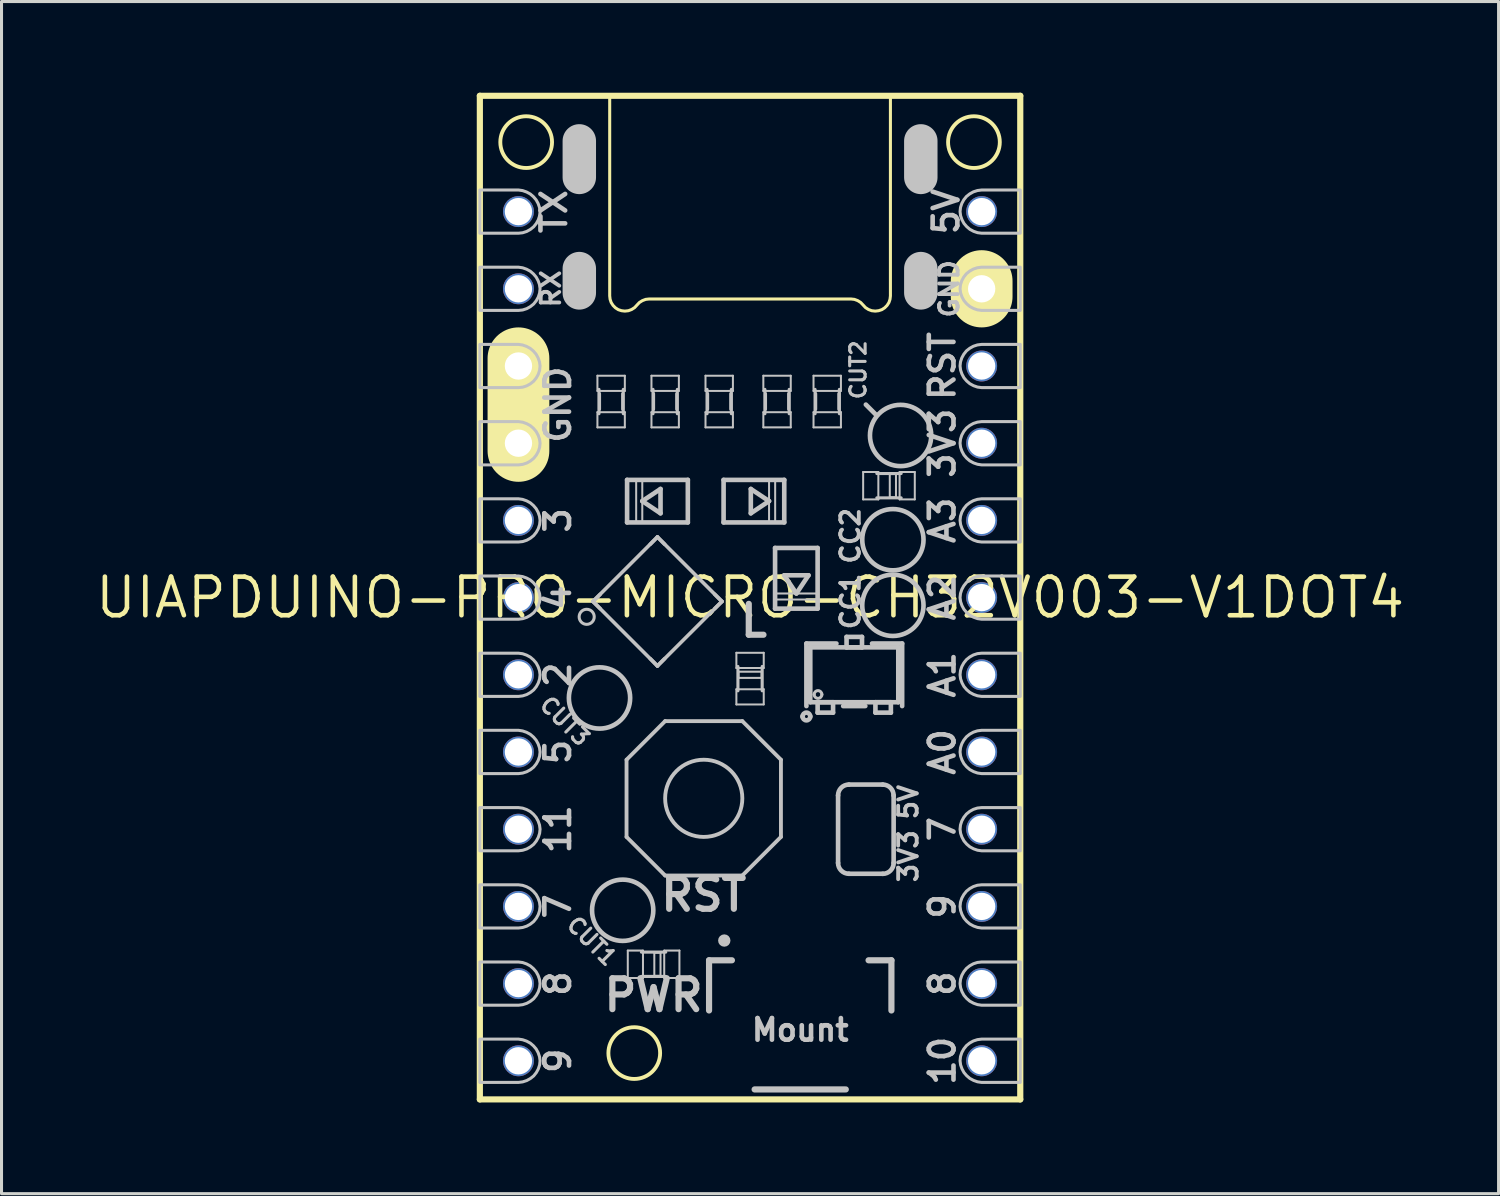
<source format=kicad_pcb>
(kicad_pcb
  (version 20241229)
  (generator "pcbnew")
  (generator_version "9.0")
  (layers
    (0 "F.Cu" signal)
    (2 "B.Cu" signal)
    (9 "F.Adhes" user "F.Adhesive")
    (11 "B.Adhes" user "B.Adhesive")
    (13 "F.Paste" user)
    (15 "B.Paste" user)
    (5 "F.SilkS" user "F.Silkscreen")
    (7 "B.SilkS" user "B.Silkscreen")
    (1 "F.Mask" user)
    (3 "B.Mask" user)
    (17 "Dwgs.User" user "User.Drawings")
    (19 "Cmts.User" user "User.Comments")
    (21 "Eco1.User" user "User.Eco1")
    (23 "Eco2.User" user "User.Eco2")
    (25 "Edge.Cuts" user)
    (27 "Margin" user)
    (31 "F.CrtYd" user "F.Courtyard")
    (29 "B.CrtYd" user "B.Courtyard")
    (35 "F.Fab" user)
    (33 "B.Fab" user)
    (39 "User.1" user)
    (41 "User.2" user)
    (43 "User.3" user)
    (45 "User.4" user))
  (footprint "UIAPDUINO-PRO-MICRO-CH32V003-V1DOT4"
    (layer "F.Cu")
    (at 21.628 16.612)
    (property "Reference" "UIAPDUINO-PRO-MICRO-CH32V003-V1DOT4" (at 0 0 0) (layer "F.SilkS") (effects (font (size 1.27 1.27) (thickness 0.15))))
    (attr exclude_from_pos_files exclude_from_bom)
    (fp_line (start -8.89 -16.51) (end -8.89 16.51) (stroke (width 0.203) (type solid)) (layer "F.SilkS"))
    (fp_line (start -8.89 16.51) (end 8.89 16.51) (stroke (width 0.203) (type solid)) (layer "F.SilkS"))
    (fp_line (start -7.62 -7.874) (end -7.62 -4.826) (stroke (width 2.032) (type solid)) (layer "F.SilkS"))
    (fp_line (start 7.62 -10.414) (end 7.62 -9.906) (stroke (width 2.032) (type solid)) (layer "F.SilkS"))
    (fp_line (start 8.89 -16.51) (end -8.89 -16.51) (stroke (width 0.203) (type solid)) (layer "F.SilkS"))
    (fp_line (start 8.89 16.51) (end 8.89 -16.51) (stroke (width 0.203) (type solid)) (layer "F.SilkS"))
    (fp_circle (center -7.366 -14.986) (end -7.366 -15.837) (stroke (width 0.127) (type solid)) (fill no) (layer "F.SilkS"))
    (fp_circle (center -3.81 14.986) (end -3.81 14.135) (stroke (width 0.127) (type solid)) (fill no) (layer "F.SilkS"))
    (fp_circle (center 7.366 -14.986) (end 7.366 -15.837) (stroke (width 0.127) (type solid)) (fill no) (layer "F.SilkS"))
    (fp_poly (pts (xy 4.618 -16.525) (xy 4.618 -9.926) (xy 4.605 -9.815) (xy 4.569 -9.708) (xy 4.508 -9.614) (xy 4.43 -9.535) (xy 4.336 -9.474) (xy 4.229 -9.439) (xy 4.12 -9.426) (xy 4.003 -9.439) (xy 3.896 -9.479) (xy 3.797 -9.543) (xy 3.719 -9.627) (xy 3.64 -9.71) (xy 3.543 -9.771) (xy 3.434 -9.812) (xy 3.32 -9.825) (xy -3.32 -9.825) (xy -3.434 -9.812) (xy -3.543 -9.771) (xy -3.64 -9.71) (xy -3.719 -9.627) (xy -3.797 -9.543) (xy -3.896 -9.479) (xy -4.003 -9.439) (xy -4.12 -9.426) (xy -4.229 -9.439) (xy -4.336 -9.474) (xy -4.43 -9.535) (xy -4.508 -9.614) (xy -4.569 -9.708) (xy -4.605 -9.815) (xy -4.618 -9.926) (xy -4.618 -16.525) (xy 4.618 -16.525)) (stroke (width 0.1) (type solid)) (fill no) (layer "F.SilkS"))
    (fp_line (start -7.874 -12.446) (end -7.874 -12.954) (stroke (width 0.066) (type solid)) (layer "Dwgs.User"))
    (fp_line (start -7.874 -9.906) (end -7.874 -10.414) (stroke (width 0.066) (type solid)) (layer "Dwgs.User"))
    (fp_line (start -7.874 -7.366) (end -7.874 -7.874) (stroke (width 0.066) (type solid)) (layer "Dwgs.User"))
    (fp_line (start -7.874 -4.826) (end -7.874 -5.334) (stroke (width 0.066) (type solid)) (layer "Dwgs.User"))
    (fp_line (start -7.874 -2.286) (end -7.874 -2.794) (stroke (width 0.066) (type solid)) (layer "Dwgs.User"))
    (fp_line (start -7.874 0.254) (end -7.874 -0.254) (stroke (width 0.066) (type solid)) (layer "Dwgs.User"))
    (fp_line (start -7.874 2.794) (end -7.874 2.286) (stroke (width 0.066) (type solid)) (layer "Dwgs.User"))
    (fp_line (start -7.874 5.334) (end -7.874 4.826) (stroke (width 0.066) (type solid)) (layer "Dwgs.User"))
    (fp_line (start -7.874 7.874) (end -7.874 7.366) (stroke (width 0.066) (type solid)) (layer "Dwgs.User"))
    (fp_line (start -7.874 10.414) (end -7.874 9.906) (stroke (width 0.066) (type solid)) (layer "Dwgs.User"))
    (fp_line (start -7.874 12.954) (end -7.874 12.446) (stroke (width 0.066) (type solid)) (layer "Dwgs.User"))
    (fp_line (start -7.874 15.494) (end -7.874 14.986) (stroke (width 0.066) (type solid)) (layer "Dwgs.User"))
    (fp_line (start -7.366 -12.954) (end -7.874 -12.954) (stroke (width 0.066) (type solid)) (layer "Dwgs.User"))
    (fp_line (start -7.366 -12.446) (end -7.874 -12.446) (stroke (width 0.066) (type solid)) (layer "Dwgs.User"))
    (fp_line (start -7.366 -12.446) (end -7.366 -12.954) (stroke (width 0.066) (type solid)) (layer "Dwgs.User"))
    (fp_line (start -7.366 -10.414) (end -7.874 -10.414) (stroke (width 0.066) (type solid)) (layer "Dwgs.User"))
    (fp_line (start -7.366 -9.906) (end -7.874 -9.906) (stroke (width 0.066) (type solid)) (layer "Dwgs.User"))
    (fp_line (start -7.366 -9.906) (end -7.366 -10.414) (stroke (width 0.066) (type solid)) (layer "Dwgs.User"))
    (fp_line (start -7.366 -7.874) (end -7.874 -7.874) (stroke (width 0.066) (type solid)) (layer "Dwgs.User"))
    (fp_line (start -7.366 -7.366) (end -7.874 -7.366) (stroke (width 0.066) (type solid)) (layer "Dwgs.User"))
    (fp_line (start -7.366 -7.366) (end -7.366 -7.874) (stroke (width 0.066) (type solid)) (layer "Dwgs.User"))
    (fp_line (start -7.366 -5.334) (end -7.874 -5.334) (stroke (width 0.066) (type solid)) (layer "Dwgs.User"))
    (fp_line (start -7.366 -4.826) (end -7.874 -4.826) (stroke (width 0.066) (type solid)) (layer "Dwgs.User"))
    (fp_line (start -7.366 -4.826) (end -7.366 -5.334) (stroke (width 0.066) (type solid)) (layer "Dwgs.User"))
    (fp_line (start -7.366 -2.794) (end -7.874 -2.794) (stroke (width 0.066) (type solid)) (layer "Dwgs.User"))
    (fp_line (start -7.366 -2.286) (end -7.874 -2.286) (stroke (width 0.066) (type solid)) (layer "Dwgs.User"))
    (fp_line (start -7.366 -2.286) (end -7.366 -2.794) (stroke (width 0.066) (type solid)) (layer "Dwgs.User"))
    (fp_line (start -7.366 -0.254) (end -7.874 -0.254) (stroke (width 0.066) (type solid)) (layer "Dwgs.User"))
    (fp_line (start -7.366 0.254) (end -7.874 0.254) (stroke (width 0.066) (type solid)) (layer "Dwgs.User"))
    (fp_line (start -7.366 0.254) (end -7.366 -0.254) (stroke (width 0.066) (type solid)) (layer "Dwgs.User"))
    (fp_line (start -7.366 2.286) (end -7.874 2.286) (stroke (width 0.066) (type solid)) (layer "Dwgs.User"))
    (fp_line (start -7.366 2.794) (end -7.874 2.794) (stroke (width 0.066) (type solid)) (layer "Dwgs.User"))
    (fp_line (start -7.366 2.794) (end -7.366 2.286) (stroke (width 0.066) (type solid)) (layer "Dwgs.User"))
    (fp_line (start -7.366 4.826) (end -7.874 4.826) (stroke (width 0.066) (type solid)) (layer "Dwgs.User"))
    (fp_line (start -7.366 5.334) (end -7.874 5.334) (stroke (width 0.066) (type solid)) (layer "Dwgs.User"))
    (fp_line (start -7.366 5.334) (end -7.366 4.826) (stroke (width 0.066) (type solid)) (layer "Dwgs.User"))
    (fp_line (start -7.366 7.366) (end -7.874 7.366) (stroke (width 0.066) (type solid)) (layer "Dwgs.User"))
    (fp_line (start -7.366 7.874) (end -7.874 7.874) (stroke (width 0.066) (type solid)) (layer "Dwgs.User"))
    (fp_line (start -7.366 7.874) (end -7.366 7.366) (stroke (width 0.066) (type solid)) (layer "Dwgs.User"))
    (fp_line (start -7.366 9.906) (end -7.874 9.906) (stroke (width 0.066) (type solid)) (layer "Dwgs.User"))
    (fp_line (start -7.366 10.414) (end -7.874 10.414) (stroke (width 0.066) (type solid)) (layer "Dwgs.User"))
    (fp_line (start -7.366 10.414) (end -7.366 9.906) (stroke (width 0.066) (type solid)) (layer "Dwgs.User"))
    (fp_line (start -7.366 12.446) (end -7.874 12.446) (stroke (width 0.066) (type solid)) (layer "Dwgs.User"))
    (fp_line (start -7.366 12.954) (end -7.874 12.954) (stroke (width 0.066) (type solid)) (layer "Dwgs.User"))
    (fp_line (start -7.366 12.954) (end -7.366 12.446) (stroke (width 0.066) (type solid)) (layer "Dwgs.User"))
    (fp_line (start -7.366 14.986) (end -7.874 14.986) (stroke (width 0.066) (type solid)) (layer "Dwgs.User"))
    (fp_line (start -7.366 15.494) (end -7.874 15.494) (stroke (width 0.066) (type solid)) (layer "Dwgs.User"))
    (fp_line (start -7.366 15.494) (end -7.366 14.986) (stroke (width 0.066) (type solid)) (layer "Dwgs.User"))
    (fp_line (start -5.618 -13.825) (end -5.618 -15.027) (stroke (width 1.1) (type solid)) (layer "Dwgs.User"))
    (fp_line (start -5.618 -10.025) (end -5.618 -10.825) (stroke (width 1.1) (type solid)) (layer "Dwgs.User"))
    (fp_line (start -5.169 0.127) (end -4.93 -0.109) (stroke (width 0.119) (type solid)) (layer "Dwgs.User"))
    (fp_line (start -5.169 0.127) (end -3.048 -1.994) (stroke (width 0.119) (type solid)) (layer "Dwgs.User"))
    (fp_line (start -5.022 -7.3) (end -5.022 -6.8) (stroke (width 0.066) (type solid)) (layer "Dwgs.User"))
    (fp_line (start -5.022 -6.101) (end -5.022 -5.601) (stroke (width 0.066) (type solid)) (layer "Dwgs.User"))
    (fp_line (start -4.971 -6.05) (end -4.971 -6.85) (stroke (width 0.102) (type solid)) (layer "Dwgs.User"))
    (fp_line (start -4.953 -6.198) (end -4.953 -6.706) (stroke (width 0.102) (type solid)) (layer "Dwgs.User"))
    (fp_line (start -4.93 0.363) (end -5.169 0.127) (stroke (width 0.119) (type solid)) (layer "Dwgs.User"))
    (fp_line (start -4.191 -6.198) (end -4.191 -6.706) (stroke (width 0.102) (type solid)) (layer "Dwgs.User"))
    (fp_line (start -4.171 -6.05) (end -4.171 -6.85) (stroke (width 0.102) (type solid)) (layer "Dwgs.User"))
    (fp_line (start -4.12 -7.3) (end -5.022 -7.3) (stroke (width 0.066) (type solid)) (layer "Dwgs.User"))
    (fp_line (start -4.12 -7.3) (end -4.12 -6.8) (stroke (width 0.066) (type solid)) (layer "Dwgs.User"))
    (fp_line (start -4.12 -6.8) (end -5.022 -6.8) (stroke (width 0.066) (type solid)) (layer "Dwgs.User"))
    (fp_line (start -4.12 -6.101) (end -5.022 -6.101) (stroke (width 0.066) (type solid)) (layer "Dwgs.User"))
    (fp_line (start -4.12 -6.101) (end -4.12 -5.601) (stroke (width 0.066) (type solid)) (layer "Dwgs.User"))
    (fp_line (start -4.12 -5.601) (end -5.022 -5.601) (stroke (width 0.066) (type solid)) (layer "Dwgs.User"))
    (fp_line (start -4.064 5.334) (end -4.064 7.874) (stroke (width 0.127) (type solid)) (layer "Dwgs.User"))
    (fp_line (start -4.064 7.874) (end -2.794 9.144) (stroke (width 0.127) (type solid)) (layer "Dwgs.User"))
    (fp_line (start -4.046 -3.873) (end -2.047 -3.873) (stroke (width 0.152) (type solid)) (layer "Dwgs.User"))
    (fp_line (start -4.046 -2.474) (end -4.046 -3.873) (stroke (width 0.152) (type solid)) (layer "Dwgs.User"))
    (fp_line (start -4.023 11.613) (end -4.023 12.515) (stroke (width 0.066) (type solid)) (layer "Dwgs.User"))
    (fp_line (start -4.023 11.613) (end -3.523 11.613) (stroke (width 0.066) (type solid)) (layer "Dwgs.User"))
    (fp_line (start -4.023 12.515) (end -3.523 12.515) (stroke (width 0.066) (type solid)) (layer "Dwgs.User"))
    (fp_line (start -3.747 -3.873) (end -3.546 -3.873) (stroke (width 0.066) (type solid)) (layer "Dwgs.User"))
    (fp_line (start -3.747 -2.474) (end -3.747 -3.873) (stroke (width 0.066) (type solid)) (layer "Dwgs.User"))
    (fp_line (start -3.747 -2.474) (end -3.546 -2.474) (stroke (width 0.066) (type solid)) (layer "Dwgs.User"))
    (fp_line (start -3.546 -3.175) (end -2.946 -3.574) (stroke (width 0.152) (type solid)) (layer "Dwgs.User"))
    (fp_line (start -3.546 -2.474) (end -3.546 -3.873) (stroke (width 0.066) (type solid)) (layer "Dwgs.User"))
    (fp_line (start -3.523 11.613) (end -3.523 12.515) (stroke (width 0.066) (type solid)) (layer "Dwgs.User"))
    (fp_line (start -3.284 2.009) (end -3.048 2.248) (stroke (width 0.119) (type solid)) (layer "Dwgs.User"))
    (fp_line (start -3.244 -7.3) (end -3.244 -6.8) (stroke (width 0.066) (type solid)) (layer "Dwgs.User"))
    (fp_line (start -3.244 -6.101) (end -3.244 -5.601) (stroke (width 0.066) (type solid)) (layer "Dwgs.User"))
    (fp_line (start -3.193 -6.05) (end -3.193 -6.85) (stroke (width 0.102) (type solid)) (layer "Dwgs.User"))
    (fp_line (start -3.175 -6.198) (end -3.175 -6.706) (stroke (width 0.102) (type solid)) (layer "Dwgs.User"))
    (fp_line (start -3.15 11.684) (end -3.15 12.446) (stroke (width 0.066) (type solid)) (layer "Dwgs.User"))
    (fp_line (start -3.15 11.684) (end -2.946 11.684) (stroke (width 0.066) (type solid)) (layer "Dwgs.User"))
    (fp_line (start -3.15 12.446) (end -2.946 12.446) (stroke (width 0.066) (type solid)) (layer "Dwgs.User"))
    (fp_line (start -3.048 -1.994) (end -3.284 -1.755) (stroke (width 0.119) (type solid)) (layer "Dwgs.User"))
    (fp_line (start -3.048 -1.994) (end -0.925 0.127) (stroke (width 0.119) (type solid)) (layer "Dwgs.User"))
    (fp_line (start -3.048 2.248) (end -5.169 0.127) (stroke (width 0.119) (type solid)) (layer "Dwgs.User"))
    (fp_line (start -3.048 2.248) (end -2.809 2.009) (stroke (width 0.119) (type solid)) (layer "Dwgs.User"))
    (fp_line (start -2.946 -3.574) (end -2.946 -2.774) (stroke (width 0.152) (type solid)) (layer "Dwgs.User"))
    (fp_line (start -2.946 -2.774) (end -3.546 -3.175) (stroke (width 0.152) (type solid)) (layer "Dwgs.User"))
    (fp_line (start -2.946 11.684) (end -2.946 12.446) (stroke (width 0.066) (type solid)) (layer "Dwgs.User"))
    (fp_line (start -2.824 11.613) (end -2.824 12.515) (stroke (width 0.066) (type solid)) (layer "Dwgs.User"))
    (fp_line (start -2.824 11.613) (end -2.324 11.613) (stroke (width 0.066) (type solid)) (layer "Dwgs.User"))
    (fp_line (start -2.824 12.515) (end -2.324 12.515) (stroke (width 0.066) (type solid)) (layer "Dwgs.User"))
    (fp_line (start -2.809 -1.755) (end -3.048 -1.994) (stroke (width 0.119) (type solid)) (layer "Dwgs.User"))
    (fp_line (start -2.794 4.064) (end -4.064 5.334) (stroke (width 0.127) (type solid)) (layer "Dwgs.User"))
    (fp_line (start -2.794 9.144) (end -0.254 9.144) (stroke (width 0.127) (type solid)) (layer "Dwgs.User"))
    (fp_line (start -2.774 11.664) (end -3.574 11.664) (stroke (width 0.102) (type solid)) (layer "Dwgs.User"))
    (fp_line (start -2.774 12.464) (end -3.574 12.464) (stroke (width 0.102) (type solid)) (layer "Dwgs.User"))
    (fp_line (start -2.413 -6.198) (end -2.413 -6.706) (stroke (width 0.102) (type solid)) (layer "Dwgs.User"))
    (fp_line (start -2.393 -6.05) (end -2.393 -6.85) (stroke (width 0.102) (type solid)) (layer "Dwgs.User"))
    (fp_line (start -2.342 -7.3) (end -3.244 -7.3) (stroke (width 0.066) (type solid)) (layer "Dwgs.User"))
    (fp_line (start -2.342 -7.3) (end -2.342 -6.8) (stroke (width 0.066) (type solid)) (layer "Dwgs.User"))
    (fp_line (start -2.342 -6.8) (end -3.244 -6.8) (stroke (width 0.066) (type solid)) (layer "Dwgs.User"))
    (fp_line (start -2.342 -6.101) (end -3.244 -6.101) (stroke (width 0.066) (type solid)) (layer "Dwgs.User"))
    (fp_line (start -2.342 -6.101) (end -2.342 -5.601) (stroke (width 0.066) (type solid)) (layer "Dwgs.User"))
    (fp_line (start -2.342 -5.601) (end -3.244 -5.601) (stroke (width 0.066) (type solid)) (layer "Dwgs.User"))
    (fp_line (start -2.324 11.613) (end -2.324 12.515) (stroke (width 0.066) (type solid)) (layer "Dwgs.User"))
    (fp_line (start -2.047 -3.873) (end -2.047 -2.474) (stroke (width 0.152) (type solid)) (layer "Dwgs.User"))
    (fp_line (start -2.047 -2.474) (end -4.046 -2.474) (stroke (width 0.152) (type solid)) (layer "Dwgs.User"))
    (fp_line (start -1.466 -7.3) (end -1.466 -6.8) (stroke (width 0.066) (type solid)) (layer "Dwgs.User"))
    (fp_line (start -1.466 -6.101) (end -1.466 -5.601) (stroke (width 0.066) (type solid)) (layer "Dwgs.User"))
    (fp_line (start -1.415 -6.05) (end -1.415 -6.85) (stroke (width 0.102) (type solid)) (layer "Dwgs.User"))
    (fp_line (start -1.397 -6.198) (end -1.397 -6.706) (stroke (width 0.102) (type solid)) (layer "Dwgs.User"))
    (fp_line (start -1.349 11.933) (end -0.597 11.933) (stroke (width 0.203) (type solid)) (layer "Dwgs.User"))
    (fp_line (start -1.349 13.584) (end -1.349 11.933) (stroke (width 0.203) (type solid)) (layer "Dwgs.User"))
    (fp_line (start -1.163 -0.109) (end -0.925 0.127) (stroke (width 0.119) (type solid)) (layer "Dwgs.User"))
    (fp_line (start -0.925 0.127) (end -3.048 2.248) (stroke (width 0.119) (type solid)) (layer "Dwgs.User"))
    (fp_line (start -0.925 0.127) (end -1.163 0.363) (stroke (width 0.119) (type solid)) (layer "Dwgs.User"))
    (fp_line (start -0.871 -3.873) (end 1.125 -3.873) (stroke (width 0.152) (type solid)) (layer "Dwgs.User"))
    (fp_line (start -0.871 -2.474) (end -0.871 -3.873) (stroke (width 0.152) (type solid)) (layer "Dwgs.User"))
    (fp_line (start -0.635 -6.198) (end -0.635 -6.706) (stroke (width 0.102) (type solid)) (layer "Dwgs.User"))
    (fp_line (start -0.615 -6.05) (end -0.615 -6.85) (stroke (width 0.102) (type solid)) (layer "Dwgs.User"))
    (fp_line (start -0.564 -7.3) (end -1.466 -7.3) (stroke (width 0.066) (type solid)) (layer "Dwgs.User"))
    (fp_line (start -0.564 -7.3) (end -0.564 -6.8) (stroke (width 0.066) (type solid)) (layer "Dwgs.User"))
    (fp_line (start -0.564 -6.8) (end -1.466 -6.8) (stroke (width 0.066) (type solid)) (layer "Dwgs.User"))
    (fp_line (start -0.564 -6.101) (end -1.466 -6.101) (stroke (width 0.066) (type solid)) (layer "Dwgs.User"))
    (fp_line (start -0.564 -6.101) (end -0.564 -5.601) (stroke (width 0.066) (type solid)) (layer "Dwgs.User"))
    (fp_line (start -0.564 -5.601) (end -1.466 -5.601) (stroke (width 0.066) (type solid)) (layer "Dwgs.User"))
    (fp_line (start -0.45 1.816) (end 0.45 1.816) (stroke (width 0.066) (type solid)) (layer "Dwgs.User"))
    (fp_line (start -0.45 2.316) (end -0.45 1.816) (stroke (width 0.066) (type solid)) (layer "Dwgs.User"))
    (fp_line (start -0.45 2.316) (end 0.45 2.316) (stroke (width 0.066) (type solid)) (layer "Dwgs.User"))
    (fp_line (start -0.45 3.015) (end 0.45 3.015) (stroke (width 0.066) (type solid)) (layer "Dwgs.User"))
    (fp_line (start -0.45 3.515) (end -0.45 3.015) (stroke (width 0.066) (type solid)) (layer "Dwgs.User"))
    (fp_line (start -0.45 3.515) (end 0.45 3.515) (stroke (width 0.066) (type solid)) (layer "Dwgs.User"))
    (fp_line (start -0.399 2.266) (end -0.399 3.066) (stroke (width 0.102) (type solid)) (layer "Dwgs.User"))
    (fp_line (start -0.381 2.438) (end 0.381 2.438) (stroke (width 0.066) (type solid)) (layer "Dwgs.User"))
    (fp_line (start -0.381 2.642) (end -0.381 2.438) (stroke (width 0.066) (type solid)) (layer "Dwgs.User"))
    (fp_line (start -0.381 2.642) (end 0.381 2.642) (stroke (width 0.066) (type solid)) (layer "Dwgs.User"))
    (fp_line (start -0.254 4.064) (end -2.794 4.064) (stroke (width 0.127) (type solid)) (layer "Dwgs.User"))
    (fp_line (start -0.254 9.144) (end 1.016 7.874) (stroke (width 0.127) (type solid)) (layer "Dwgs.User"))
    (fp_line (start 0.025 -3.574) (end 0.625 -3.175) (stroke (width 0.152) (type solid)) (layer "Dwgs.User"))
    (fp_line (start 0.025 -2.774) (end 0.025 -3.574) (stroke (width 0.152) (type solid)) (layer "Dwgs.User"))
    (fp_line (start 0.15 16.182) (end 3.15 16.182) (stroke (width 0.203) (type solid)) (layer "Dwgs.User"))
    (fp_line (start 0.381 2.642) (end 0.381 2.438) (stroke (width 0.066) (type solid)) (layer "Dwgs.User"))
    (fp_line (start 0.399 2.266) (end 0.399 3.066) (stroke (width 0.102) (type solid)) (layer "Dwgs.User"))
    (fp_line (start 0.437 -7.3) (end 0.437 -6.8) (stroke (width 0.066) (type solid)) (layer "Dwgs.User"))
    (fp_line (start 0.437 -6.101) (end 0.437 -5.601) (stroke (width 0.066) (type solid)) (layer "Dwgs.User"))
    (fp_line (start 0.45 2.316) (end 0.45 1.816) (stroke (width 0.066) (type solid)) (layer "Dwgs.User"))
    (fp_line (start 0.45 3.515) (end 0.45 3.015) (stroke (width 0.066) (type solid)) (layer "Dwgs.User"))
    (fp_line (start 0.488 -6.05) (end 0.488 -6.85) (stroke (width 0.102) (type solid)) (layer "Dwgs.User"))
    (fp_line (start 0.508 -6.198) (end 0.508 -6.706) (stroke (width 0.102) (type solid)) (layer "Dwgs.User"))
    (fp_line (start 0.625 -3.873) (end 0.625 -2.474) (stroke (width 0.066) (type solid)) (layer "Dwgs.User"))
    (fp_line (start 0.625 -3.175) (end 0.025 -2.774) (stroke (width 0.152) (type solid)) (layer "Dwgs.User"))
    (fp_line (start 0.823 -1.633) (end 2.223 -1.633) (stroke (width 0.152) (type solid)) (layer "Dwgs.User"))
    (fp_line (start 0.823 0.064) (end 0.823 -0.135) (stroke (width 0.066) (type solid)) (layer "Dwgs.User"))
    (fp_line (start 0.823 0.363) (end 0.823 -1.633) (stroke (width 0.152) (type solid)) (layer "Dwgs.User"))
    (fp_line (start 0.826 -3.873) (end 0.625 -3.873) (stroke (width 0.066) (type solid)) (layer "Dwgs.User"))
    (fp_line (start 0.826 -3.873) (end 0.826 -2.474) (stroke (width 0.066) (type solid)) (layer "Dwgs.User"))
    (fp_line (start 0.826 -2.474) (end 0.625 -2.474) (stroke (width 0.066) (type solid)) (layer "Dwgs.User"))
    (fp_line (start 1.016 5.334) (end -0.254 4.064) (stroke (width 0.127) (type solid)) (layer "Dwgs.User"))
    (fp_line (start 1.016 7.874) (end 1.016 5.334) (stroke (width 0.127) (type solid)) (layer "Dwgs.User"))
    (fp_line (start 1.123 -0.734) (end 1.923 -0.734) (stroke (width 0.152) (type solid)) (layer "Dwgs.User"))
    (fp_line (start 1.125 -3.873) (end 1.125 -2.474) (stroke (width 0.152) (type solid)) (layer "Dwgs.User"))
    (fp_line (start 1.125 -2.474) (end -0.871 -2.474) (stroke (width 0.152) (type solid)) (layer "Dwgs.User"))
    (fp_line (start 1.27 -6.198) (end 1.27 -6.706) (stroke (width 0.102) (type solid)) (layer "Dwgs.User"))
    (fp_line (start 1.288 -6.05) (end 1.288 -6.85) (stroke (width 0.102) (type solid)) (layer "Dwgs.User"))
    (fp_line (start 1.339 -7.3) (end 0.437 -7.3) (stroke (width 0.066) (type solid)) (layer "Dwgs.User"))
    (fp_line (start 1.339 -7.3) (end 1.339 -6.8) (stroke (width 0.066) (type solid)) (layer "Dwgs.User"))
    (fp_line (start 1.339 -6.8) (end 0.437 -6.8) (stroke (width 0.066) (type solid)) (layer "Dwgs.User"))
    (fp_line (start 1.339 -6.101) (end 0.437 -6.101) (stroke (width 0.066) (type solid)) (layer "Dwgs.User"))
    (fp_line (start 1.339 -6.101) (end 1.339 -5.601) (stroke (width 0.066) (type solid)) (layer "Dwgs.User"))
    (fp_line (start 1.339 -5.601) (end 0.437 -5.601) (stroke (width 0.066) (type solid)) (layer "Dwgs.User"))
    (fp_line (start 1.524 -0.135) (end 1.123 -0.734) (stroke (width 0.152) (type solid)) (layer "Dwgs.User"))
    (fp_line (start 1.854 1.511) (end 1.854 3.569) (stroke (width 0.152) (type solid)) (layer "Dwgs.User"))
    (fp_line (start 1.923 -0.734) (end 1.524 -0.135) (stroke (width 0.152) (type solid)) (layer "Dwgs.User"))
    (fp_line (start 1.981 1.638) (end 1.981 3.442) (stroke (width 0.152) (type solid)) (layer "Dwgs.User"))
    (fp_line (start 1.981 3.442) (end 4.877 3.442) (stroke (width 0.152) (type solid)) (layer "Dwgs.User"))
    (fp_line (start 2.088 -7.3) (end 2.088 -6.8) (stroke (width 0.066) (type solid)) (layer "Dwgs.User"))
    (fp_line (start 2.088 -6.101) (end 2.088 -5.601) (stroke (width 0.066) (type solid)) (layer "Dwgs.User"))
    (fp_line (start 2.139 -6.05) (end 2.139 -6.85) (stroke (width 0.102) (type solid)) (layer "Dwgs.User"))
    (fp_line (start 2.159 -6.198) (end 2.159 -6.706) (stroke (width 0.102) (type solid)) (layer "Dwgs.User"))
    (fp_line (start 2.223 -1.633) (end 2.223 0.363) (stroke (width 0.152) (type solid)) (layer "Dwgs.User"))
    (fp_line (start 2.223 -0.135) (end 0.823 -0.135) (stroke (width 0.066) (type solid)) (layer "Dwgs.User"))
    (fp_line (start 2.223 0.064) (end 0.823 0.064) (stroke (width 0.066) (type solid)) (layer "Dwgs.User"))
    (fp_line (start 2.223 0.064) (end 2.223 -0.135) (stroke (width 0.066) (type solid)) (layer "Dwgs.User"))
    (fp_line (start 2.223 0.363) (end 0.823 0.363) (stroke (width 0.152) (type solid)) (layer "Dwgs.User"))
    (fp_line (start 2.223 3.442) (end 2.223 3.785) (stroke (width 0.152) (type solid)) (layer "Dwgs.User"))
    (fp_line (start 2.223 3.785) (end 2.731 3.785) (stroke (width 0.152) (type solid)) (layer "Dwgs.User"))
    (fp_line (start 2.731 3.442) (end 2.223 3.442) (stroke (width 0.152) (type solid)) (layer "Dwgs.User"))
    (fp_line (start 2.731 3.785) (end 2.731 3.442) (stroke (width 0.152) (type solid)) (layer "Dwgs.User"))
    (fp_line (start 2.842 1.511) (end 1.854 1.511) (stroke (width 0.152) (type solid)) (layer "Dwgs.User"))
    (fp_line (start 2.896 8.73) (end 2.896 6.507) (stroke (width 0.152) (type solid)) (layer "Dwgs.User"))
    (fp_line (start 2.921 -6.198) (end 2.921 -6.706) (stroke (width 0.102) (type solid)) (layer "Dwgs.User"))
    (fp_line (start 2.939 -6.05) (end 2.939 -6.85) (stroke (width 0.102) (type solid)) (layer "Dwgs.User"))
    (fp_line (start 2.99 -7.3) (end 2.088 -7.3) (stroke (width 0.066) (type solid)) (layer "Dwgs.User"))
    (fp_line (start 2.99 -7.3) (end 2.99 -6.8) (stroke (width 0.066) (type solid)) (layer "Dwgs.User"))
    (fp_line (start 2.99 -6.8) (end 2.088 -6.8) (stroke (width 0.066) (type solid)) (layer "Dwgs.User"))
    (fp_line (start 2.99 -6.101) (end 2.088 -6.101) (stroke (width 0.066) (type solid)) (layer "Dwgs.User"))
    (fp_line (start 2.99 -6.101) (end 2.99 -5.601) (stroke (width 0.066) (type solid)) (layer "Dwgs.User"))
    (fp_line (start 2.99 -5.601) (end 2.088 -5.601) (stroke (width 0.066) (type solid)) (layer "Dwgs.User"))
    (fp_line (start 3.063 3.569) (end 3.792 3.569) (stroke (width 0.152) (type solid)) (layer "Dwgs.User"))
    (fp_line (start 3.175 1.293) (end 3.175 1.638) (stroke (width 0.152) (type solid)) (layer "Dwgs.User"))
    (fp_line (start 3.175 1.638) (end 3.683 1.638) (stroke (width 0.152) (type solid)) (layer "Dwgs.User"))
    (fp_line (start 3.683 1.293) (end 3.175 1.293) (stroke (width 0.152) (type solid)) (layer "Dwgs.User"))
    (fp_line (start 3.683 1.638) (end 3.683 1.293) (stroke (width 0.152) (type solid)) (layer "Dwgs.User"))
    (fp_line (start 3.721 -4.133) (end 3.721 -3.231) (stroke (width 0.066) (type solid)) (layer "Dwgs.User"))
    (fp_line (start 3.721 -4.133) (end 4.221 -4.133) (stroke (width 0.066) (type solid)) (layer "Dwgs.User"))
    (fp_line (start 3.721 -3.231) (end 4.221 -3.231) (stroke (width 0.066) (type solid)) (layer "Dwgs.User"))
    (fp_line (start 3.899 11.933) (end 4.651 11.933) (stroke (width 0.203) (type solid)) (layer "Dwgs.User"))
    (fp_line (start 4.125 3.442) (end 4.125 3.785) (stroke (width 0.152) (type solid)) (layer "Dwgs.User"))
    (fp_line (start 4.125 3.785) (end 4.633 3.785) (stroke (width 0.152) (type solid)) (layer "Dwgs.User"))
    (fp_line (start 4.166 -5.994) (end 3.81 -6.35) (stroke (width 0.152) (type solid)) (layer "Dwgs.User"))
    (fp_line (start 4.221 -4.133) (end 4.221 -3.231) (stroke (width 0.066) (type solid)) (layer "Dwgs.User"))
    (fp_line (start 4.366 6.152) (end 3.251 6.152) (stroke (width 0.152) (type solid)) (layer "Dwgs.User"))
    (fp_line (start 4.366 9.086) (end 3.251 9.086) (stroke (width 0.152) (type solid)) (layer "Dwgs.User"))
    (fp_line (start 4.597 -4.064) (end 4.597 -3.302) (stroke (width 0.066) (type solid)) (layer "Dwgs.User"))
    (fp_line (start 4.597 -4.064) (end 4.801 -4.064) (stroke (width 0.066) (type solid)) (layer "Dwgs.User"))
    (fp_line (start 4.597 -3.302) (end 4.801 -3.302) (stroke (width 0.066) (type solid)) (layer "Dwgs.User"))
    (fp_line (start 4.633 3.442) (end 4.125 3.442) (stroke (width 0.152) (type solid)) (layer "Dwgs.User"))
    (fp_line (start 4.633 3.785) (end 4.633 3.442) (stroke (width 0.152) (type solid)) (layer "Dwgs.User"))
    (fp_line (start 4.651 11.933) (end 4.651 13.584) (stroke (width 0.203) (type solid)) (layer "Dwgs.User"))
    (fp_line (start 4.724 6.507) (end 4.724 8.73) (stroke (width 0.152) (type solid)) (layer "Dwgs.User"))
    (fp_line (start 4.801 -4.064) (end 4.801 -3.302) (stroke (width 0.066) (type solid)) (layer "Dwgs.User"))
    (fp_line (start 4.877 1.638) (end 1.981 1.638) (stroke (width 0.152) (type solid)) (layer "Dwgs.User"))
    (fp_line (start 4.877 3.442) (end 4.877 1.638) (stroke (width 0.152) (type solid)) (layer "Dwgs.User"))
    (fp_line (start 4.92 -4.133) (end 4.92 -3.231) (stroke (width 0.066) (type solid)) (layer "Dwgs.User"))
    (fp_line (start 4.92 -4.133) (end 5.42 -4.133) (stroke (width 0.066) (type solid)) (layer "Dwgs.User"))
    (fp_line (start 4.92 -3.231) (end 5.42 -3.231) (stroke (width 0.066) (type solid)) (layer "Dwgs.User"))
    (fp_line (start 4.971 -4.082) (end 4.171 -4.082) (stroke (width 0.102) (type solid)) (layer "Dwgs.User"))
    (fp_line (start 4.971 -3.282) (end 4.171 -3.282) (stroke (width 0.102) (type solid)) (layer "Dwgs.User"))
    (fp_line (start 5.004 1.511) (end 4.013 1.511) (stroke (width 0.152) (type solid)) (layer "Dwgs.User"))
    (fp_line (start 5.004 3.569) (end 5.004 1.511) (stroke (width 0.152) (type solid)) (layer "Dwgs.User"))
    (fp_line (start 5.42 -4.133) (end 5.42 -3.231) (stroke (width 0.066) (type solid)) (layer "Dwgs.User"))
    (fp_line (start 5.618 -13.825) (end 5.618 -15.027) (stroke (width 1.1) (type solid)) (layer "Dwgs.User"))
    (fp_line (start 5.618 -10.025) (end 5.618 -10.825) (stroke (width 1.1) (type solid)) (layer "Dwgs.User"))
    (fp_line (start 7.366 -12.954) (end 7.366 -12.446) (stroke (width 0.066) (type solid)) (layer "Dwgs.User"))
    (fp_line (start 7.366 -12.954) (end 7.874 -12.954) (stroke (width 0.066) (type solid)) (layer "Dwgs.User"))
    (fp_line (start 7.366 -12.446) (end 7.874 -12.446) (stroke (width 0.066) (type solid)) (layer "Dwgs.User"))
    (fp_line (start 7.366 -10.414) (end 7.366 -9.906) (stroke (width 0.066) (type solid)) (layer "Dwgs.User"))
    (fp_line (start 7.366 -10.414) (end 7.874 -10.414) (stroke (width 0.066) (type solid)) (layer "Dwgs.User"))
    (fp_line (start 7.366 -9.906) (end 7.874 -9.906) (stroke (width 0.066) (type solid)) (layer "Dwgs.User"))
    (fp_line (start 7.366 -7.874) (end 7.366 -7.366) (stroke (width 0.066) (type solid)) (layer "Dwgs.User"))
    (fp_line (start 7.366 -7.874) (end 7.874 -7.874) (stroke (width 0.066) (type solid)) (layer "Dwgs.User"))
    (fp_line (start 7.366 -7.366) (end 7.874 -7.366) (stroke (width 0.066) (type solid)) (layer "Dwgs.User"))
    (fp_line (start 7.366 -5.334) (end 7.366 -4.826) (stroke (width 0.066) (type solid)) (layer "Dwgs.User"))
    (fp_line (start 7.366 -5.334) (end 7.874 -5.334) (stroke (width 0.066) (type solid)) (layer "Dwgs.User"))
    (fp_line (start 7.366 -4.826) (end 7.874 -4.826) (stroke (width 0.066) (type solid)) (layer "Dwgs.User"))
    (fp_line (start 7.366 -2.794) (end 7.366 -2.286) (stroke (width 0.066) (type solid)) (layer "Dwgs.User"))
    (fp_line (start 7.366 -2.794) (end 7.874 -2.794) (stroke (width 0.066) (type solid)) (layer "Dwgs.User"))
    (fp_line (start 7.366 -2.286) (end 7.874 -2.286) (stroke (width 0.066) (type solid)) (layer "Dwgs.User"))
    (fp_line (start 7.366 -0.254) (end 7.366 0.254) (stroke (width 0.066) (type solid)) (layer "Dwgs.User"))
    (fp_line (start 7.366 -0.254) (end 7.874 -0.254) (stroke (width 0.066) (type solid)) (layer "Dwgs.User"))
    (fp_line (start 7.366 0.254) (end 7.874 0.254) (stroke (width 0.066) (type solid)) (layer "Dwgs.User"))
    (fp_line (start 7.366 2.286) (end 7.366 2.794) (stroke (width 0.066) (type solid)) (layer "Dwgs.User"))
    (fp_line (start 7.366 2.286) (end 7.874 2.286) (stroke (width 0.066) (type solid)) (layer "Dwgs.User"))
    (fp_line (start 7.366 2.794) (end 7.874 2.794) (stroke (width 0.066) (type solid)) (layer "Dwgs.User"))
    (fp_line (start 7.366 4.826) (end 7.366 5.334) (stroke (width 0.066) (type solid)) (layer "Dwgs.User"))
    (fp_line (start 7.366 4.826) (end 7.874 4.826) (stroke (width 0.066) (type solid)) (layer "Dwgs.User"))
    (fp_line (start 7.366 5.334) (end 7.874 5.334) (stroke (width 0.066) (type solid)) (layer "Dwgs.User"))
    (fp_line (start 7.366 7.366) (end 7.366 7.874) (stroke (width 0.066) (type solid)) (layer "Dwgs.User"))
    (fp_line (start 7.366 7.366) (end 7.874 7.366) (stroke (width 0.066) (type solid)) (layer "Dwgs.User"))
    (fp_line (start 7.366 7.874) (end 7.874 7.874) (stroke (width 0.066) (type solid)) (layer "Dwgs.User"))
    (fp_line (start 7.366 9.906) (end 7.366 10.414) (stroke (width 0.066) (type solid)) (layer "Dwgs.User"))
    (fp_line (start 7.366 9.906) (end 7.874 9.906) (stroke (width 0.066) (type solid)) (layer "Dwgs.User"))
    (fp_line (start 7.366 10.414) (end 7.874 10.414) (stroke (width 0.066) (type solid)) (layer "Dwgs.User"))
    (fp_line (start 7.366 12.446) (end 7.366 12.954) (stroke (width 0.066) (type solid)) (layer "Dwgs.User"))
    (fp_line (start 7.366 12.446) (end 7.874 12.446) (stroke (width 0.066) (type solid)) (layer "Dwgs.User"))
    (fp_line (start 7.366 12.954) (end 7.874 12.954) (stroke (width 0.066) (type solid)) (layer "Dwgs.User"))
    (fp_line (start 7.366 14.986) (end 7.366 15.494) (stroke (width 0.066) (type solid)) (layer "Dwgs.User"))
    (fp_line (start 7.366 14.986) (end 7.874 14.986) (stroke (width 0.066) (type solid)) (layer "Dwgs.User"))
    (fp_line (start 7.366 15.494) (end 7.874 15.494) (stroke (width 0.066) (type solid)) (layer "Dwgs.User"))
    (fp_line (start 7.874 -12.954) (end 7.874 -12.446) (stroke (width 0.066) (type solid)) (layer "Dwgs.User"))
    (fp_line (start 7.874 -10.414) (end 7.874 -9.906) (stroke (width 0.066) (type solid)) (layer "Dwgs.User"))
    (fp_line (start 7.874 -7.874) (end 7.874 -7.366) (stroke (width 0.066) (type solid)) (layer "Dwgs.User"))
    (fp_line (start 7.874 -5.334) (end 7.874 -4.826) (stroke (width 0.066) (type solid)) (layer "Dwgs.User"))
    (fp_line (start 7.874 -2.794) (end 7.874 -2.286) (stroke (width 0.066) (type solid)) (layer "Dwgs.User"))
    (fp_line (start 7.874 -0.254) (end 7.874 0.254) (stroke (width 0.066) (type solid)) (layer "Dwgs.User"))
    (fp_line (start 7.874 2.286) (end 7.874 2.794) (stroke (width 0.066) (type solid)) (layer "Dwgs.User"))
    (fp_line (start 7.874 4.826) (end 7.874 5.334) (stroke (width 0.066) (type solid)) (layer "Dwgs.User"))
    (fp_line (start 7.874 7.366) (end 7.874 7.874) (stroke (width 0.066) (type solid)) (layer "Dwgs.User"))
    (fp_line (start 7.874 9.906) (end 7.874 10.414) (stroke (width 0.066) (type solid)) (layer "Dwgs.User"))
    (fp_line (start 7.874 12.446) (end 7.874 12.954) (stroke (width 0.066) (type solid)) (layer "Dwgs.User"))
    (fp_line (start 7.874 14.986) (end 7.874 15.494) (stroke (width 0.066) (type solid)) (layer "Dwgs.User"))
    (fp_arc (start 1.7272 3.9116) (mid 1.8542 3.7846) (end 1.9812 3.9116) (stroke (width 0.1524) (type solid)) (layer "Dwgs.User"))
    (fp_arc (start 1.9812 3.9116) (mid 1.8542 4.0386) (end 1.7272 3.9116) (stroke (width 0.1524) (type solid)) (layer "Dwgs.User"))
    (fp_arc (start 2.1082 3.1877) (mid 2.2352 3.0607) (end 2.3622 3.1877) (stroke (width 0.1) (type solid)) (layer "Dwgs.User"))
    (fp_arc (start 2.3622 3.1877) (mid 2.2352 3.3147) (end 2.1082 3.1877) (stroke (width 0.1) (type solid)) (layer "Dwgs.User"))
    (fp_arc (start 2.8956 6.50748) (mid 2.999753 6.256033) (end 3.2512 6.15188) (stroke (width 0.1524) (type solid)) (layer "Dwgs.User"))
    (fp_arc (start 3.2512 9.08558) (mid 2.999753 8.981427) (end 2.8956 8.72998) (stroke (width 0.1524) (type solid)) (layer "Dwgs.User"))
    (fp_arc (start 4.36626 6.15188) (mid 4.617707 6.256033) (end 4.72186 6.50748) (stroke (width 0.1524) (type solid)) (layer "Dwgs.User"))
    (fp_arc (start 4.7244 8.72998) (mid 4.619503 8.983223) (end 4.36626 9.08812) (stroke (width 0.1524) (type solid)) (layer "Dwgs.User"))
    (fp_circle (center -5.375 0.632) (end -5.375 0.384) (stroke (width 0.1) (type solid)) (fill no) (layer "Dwgs.User"))
    (fp_circle (center -4.953 3.302) (end -4.953 2.294) (stroke (width 0.152) (type solid)) (fill no) (layer "Dwgs.User"))
    (fp_circle (center -4.191 10.287) (end -4.191 9.279) (stroke (width 0.152) (type solid)) (fill no) (layer "Dwgs.User"))
    (fp_circle (center -1.524 6.604) (end -1.524 5.334) (stroke (width 0.127) (type solid)) (fill no) (layer "Dwgs.User"))
    (fp_circle (center -0.848 11.283) (end -0.848 11.181) (stroke (width 0.203) (type solid)) (fill no) (layer "Dwgs.User"))
    (fp_circle (center 4.699 -1.905) (end 4.699 -2.913) (stroke (width 0.152) (type solid)) (fill no) (layer "Dwgs.User"))
    (fp_circle (center 4.699 0.254) (end 4.699 -0.754) (stroke (width 0.152) (type solid)) (fill no) (layer "Dwgs.User"))
    (fp_circle (center 4.953 -5.334) (end 4.953 -6.342) (stroke (width 0.152) (type solid)) (fill no) (layer "Dwgs.User"))
    (fp_poly (pts (xy -8.89 -11.989) (xy -7.62 -11.989) (xy -7.48 -12.004) (xy -7.348 -12.047) (xy -7.229 -12.113) (xy -7.12 -12.2) (xy -7.033 -12.309) (xy -6.967 -12.428) (xy -6.924 -12.56) (xy -6.909 -12.7) (xy -6.927 -12.835) (xy -6.972 -12.964) (xy -7.038 -13.086) (xy -7.127 -13.19) (xy -7.231 -13.279) (xy -7.353 -13.345) (xy -7.483 -13.391) (xy -7.62 -13.411) (xy -8.89 -13.411) (xy -8.89 -11.989)) (stroke (width 0.1) (type solid)) (fill no) (layer "Dwgs.User"))
    (fp_poly (pts (xy -8.89 -9.449) (xy -7.62 -9.449) (xy -7.48 -9.464) (xy -7.348 -9.507) (xy -7.229 -9.573) (xy -7.12 -9.66) (xy -7.033 -9.769) (xy -6.967 -9.888) (xy -6.924 -10.02) (xy -6.909 -10.16) (xy -6.927 -10.295) (xy -6.972 -10.424) (xy -7.038 -10.546) (xy -7.127 -10.65) (xy -7.231 -10.739) (xy -7.353 -10.805) (xy -7.483 -10.851) (xy -7.62 -10.871) (xy -8.89 -10.871) (xy -8.89 -9.449)) (stroke (width 0.1) (type solid)) (fill no) (layer "Dwgs.User"))
    (fp_poly (pts (xy -8.89 -6.909) (xy -7.62 -6.909) (xy -7.48 -6.924) (xy -7.348 -6.967) (xy -7.229 -7.033) (xy -7.12 -7.12) (xy -7.033 -7.229) (xy -6.967 -7.348) (xy -6.924 -7.48) (xy -6.909 -7.62) (xy -6.927 -7.755) (xy -6.972 -7.884) (xy -7.038 -8.006) (xy -7.127 -8.11) (xy -7.231 -8.199) (xy -7.353 -8.265) (xy -7.483 -8.311) (xy -7.62 -8.331) (xy -8.89 -8.331) (xy -8.89 -6.909)) (stroke (width 0.1) (type solid)) (fill no) (layer "Dwgs.User"))
    (fp_poly (pts (xy -8.89 -4.366) (xy -7.62 -4.366) (xy -7.48 -4.384) (xy -7.348 -4.427) (xy -7.229 -4.493) (xy -7.12 -4.58) (xy -7.033 -4.689) (xy -6.967 -4.808) (xy -6.924 -4.94) (xy -6.909 -5.08) (xy -6.927 -5.215) (xy -6.972 -5.344) (xy -7.038 -5.466) (xy -7.127 -5.57) (xy -7.231 -5.659) (xy -7.353 -5.725) (xy -7.483 -5.771) (xy -7.62 -5.791) (xy -8.89 -5.791) (xy -8.89 -4.366)) (stroke (width 0.1) (type solid)) (fill no) (layer "Dwgs.User"))
    (fp_poly (pts (xy -8.89 -1.829) (xy -7.62 -1.829) (xy -7.48 -1.844) (xy -7.348 -1.887) (xy -7.229 -1.953) (xy -7.12 -2.04) (xy -7.033 -2.149) (xy -6.967 -2.268) (xy -6.924 -2.4) (xy -6.909 -2.54) (xy -6.927 -2.675) (xy -6.972 -2.804) (xy -7.038 -2.926) (xy -7.127 -3.03) (xy -7.231 -3.119) (xy -7.353 -3.185) (xy -7.483 -3.231) (xy -7.62 -3.251) (xy -8.89 -3.251) (xy -8.89 -1.829)) (stroke (width 0.1) (type solid)) (fill no) (layer "Dwgs.User"))
    (fp_poly (pts (xy -8.89 0.711) (xy -7.62 0.711) (xy -7.48 0.693) (xy -7.348 0.65) (xy -7.229 0.584) (xy -7.12 0.498) (xy -7.033 0.389) (xy -6.967 0.269) (xy -6.924 0.137) (xy -6.909 0) (xy -6.927 -0.135) (xy -6.972 -0.264) (xy -7.038 -0.386) (xy -7.127 -0.49) (xy -7.231 -0.579) (xy -7.353 -0.645) (xy -7.483 -0.691) (xy -7.62 -0.711) (xy -8.89 -0.711) (xy -8.89 0.711)) (stroke (width 0.1) (type solid)) (fill no) (layer "Dwgs.User"))
    (fp_poly (pts (xy -8.89 3.251) (xy -7.62 3.251) (xy -7.48 3.233) (xy -7.348 3.19) (xy -7.229 3.124) (xy -7.12 3.038) (xy -7.033 2.929) (xy -6.967 2.809) (xy -6.924 2.677) (xy -6.909 2.54) (xy -6.927 2.403) (xy -6.972 2.273) (xy -7.038 2.151) (xy -7.127 2.047) (xy -7.231 1.958) (xy -7.353 1.892) (xy -7.483 1.847) (xy -7.62 1.829) (xy -8.89 1.829) (xy -8.89 3.251)) (stroke (width 0.1) (type solid)) (fill no) (layer "Dwgs.User"))
    (fp_poly (pts (xy -8.89 5.791) (xy -7.62 5.791) (xy -7.48 5.773) (xy -7.348 5.73) (xy -7.229 5.664) (xy -7.12 5.578) (xy -7.033 5.469) (xy -6.967 5.349) (xy -6.924 5.217) (xy -6.909 5.08) (xy -6.927 4.943) (xy -6.972 4.813) (xy -7.038 4.691) (xy -7.127 4.587) (xy -7.231 4.498) (xy -7.353 4.432) (xy -7.483 4.387) (xy -7.62 4.366) (xy -8.89 4.366) (xy -8.89 5.791)) (stroke (width 0.1) (type solid)) (fill no) (layer "Dwgs.User"))
    (fp_poly (pts (xy -8.89 8.331) (xy -7.62 8.331) (xy -7.48 8.313) (xy -7.348 8.27) (xy -7.229 8.204) (xy -7.12 8.118) (xy -7.033 8.009) (xy -6.967 7.889) (xy -6.924 7.757) (xy -6.909 7.62) (xy -6.927 7.483) (xy -6.972 7.353) (xy -7.038 7.231) (xy -7.127 7.127) (xy -7.231 7.038) (xy -7.353 6.972) (xy -7.483 6.927) (xy -7.62 6.909) (xy -8.89 6.909) (xy -8.89 8.331)) (stroke (width 0.1) (type solid)) (fill no) (layer "Dwgs.User"))
    (fp_poly (pts (xy -8.89 10.871) (xy -7.62 10.871) (xy -7.48 10.853) (xy -7.348 10.81) (xy -7.229 10.744) (xy -7.12 10.658) (xy -7.033 10.549) (xy -6.967 10.429) (xy -6.924 10.297) (xy -6.909 10.16) (xy -6.927 10.023) (xy -6.972 9.893) (xy -7.038 9.771) (xy -7.127 9.667) (xy -7.231 9.578) (xy -7.353 9.512) (xy -7.483 9.467) (xy -7.62 9.449) (xy -8.89 9.449) (xy -8.89 10.871)) (stroke (width 0.1) (type solid)) (fill no) (layer "Dwgs.User"))
    (fp_poly (pts (xy -8.89 13.411) (xy -7.62 13.411) (xy -7.48 13.393) (xy -7.348 13.35) (xy -7.229 13.284) (xy -7.12 13.198) (xy -7.033 13.089) (xy -6.967 12.969) (xy -6.924 12.837) (xy -6.909 12.7) (xy -6.927 12.563) (xy -6.972 12.433) (xy -7.038 12.311) (xy -7.127 12.207) (xy -7.231 12.118) (xy -7.353 12.052) (xy -7.483 12.007) (xy -7.62 11.989) (xy -8.89 11.989) (xy -8.89 13.411)) (stroke (width 0.1) (type solid)) (fill no) (layer "Dwgs.User"))
    (fp_poly (pts (xy -8.89 15.951) (xy -7.62 15.951) (xy -7.48 15.933) (xy -7.348 15.89) (xy -7.229 15.824) (xy -7.12 15.738) (xy -7.033 15.629) (xy -6.967 15.509) (xy -6.924 15.377) (xy -6.909 15.24) (xy -6.927 15.103) (xy -6.972 14.973) (xy -7.038 14.851) (xy -7.127 14.747) (xy -7.231 14.658) (xy -7.353 14.592) (xy -7.483 14.547) (xy -7.62 14.526) (xy -8.89 14.526) (xy -8.89 15.951)) (stroke (width 0.1) (type solid)) (fill no) (layer "Dwgs.User"))
    (fp_poly (pts (xy 8.89 -13.411) (xy 7.62 -13.411) (xy 7.48 -13.393) (xy 7.348 -13.35) (xy 7.229 -13.284) (xy 7.12 -13.198) (xy 7.033 -13.089) (xy 6.967 -12.969) (xy 6.924 -12.837) (xy 6.909 -12.7) (xy 6.927 -12.563) (xy 6.972 -12.433) (xy 7.038 -12.311) (xy 7.127 -12.207) (xy 7.231 -12.118) (xy 7.353 -12.052) (xy 7.483 -12.007) (xy 7.62 -11.989) (xy 8.89 -11.989) (xy 8.89 -13.411)) (stroke (width 0.1) (type solid)) (fill no) (layer "Dwgs.User"))
    (fp_poly (pts (xy 8.89 -10.871) (xy 7.62 -10.871) (xy 7.48 -10.853) (xy 7.348 -10.81) (xy 7.229 -10.744) (xy 7.12 -10.658) (xy 7.033 -10.549) (xy 6.967 -10.429) (xy 6.924 -10.297) (xy 6.909 -10.16) (xy 6.927 -10.023) (xy 6.972 -9.893) (xy 7.038 -9.771) (xy 7.127 -9.667) (xy 7.231 -9.578) (xy 7.353 -9.512) (xy 7.483 -9.467) (xy 7.62 -9.449) (xy 8.89 -9.449) (xy 8.89 -10.871)) (stroke (width 0.1) (type solid)) (fill no) (layer "Dwgs.User"))
    (fp_poly (pts (xy 8.89 -8.331) (xy 7.62 -8.331) (xy 7.48 -8.313) (xy 7.348 -8.27) (xy 7.229 -8.204) (xy 7.12 -8.118) (xy 7.033 -8.009) (xy 6.967 -7.889) (xy 6.924 -7.757) (xy 6.909 -7.62) (xy 6.927 -7.483) (xy 6.972 -7.353) (xy 7.038 -7.231) (xy 7.127 -7.127) (xy 7.231 -7.038) (xy 7.353 -6.972) (xy 7.483 -6.927) (xy 7.62 -6.909) (xy 8.89 -6.909) (xy 8.89 -8.331)) (stroke (width 0.1) (type solid)) (fill no) (layer "Dwgs.User"))
    (fp_poly (pts (xy 8.89 -5.791) (xy 7.62 -5.791) (xy 7.48 -5.773) (xy 7.348 -5.73) (xy 7.229 -5.664) (xy 7.12 -5.578) (xy 7.033 -5.469) (xy 6.967 -5.349) (xy 6.924 -5.217) (xy 6.909 -5.08) (xy 6.927 -4.943) (xy 6.972 -4.813) (xy 7.038 -4.691) (xy 7.127 -4.587) (xy 7.231 -4.498) (xy 7.353 -4.432) (xy 7.483 -4.387) (xy 7.62 -4.366) (xy 8.89 -4.366) (xy 8.89 -5.791)) (stroke (width 0.1) (type solid)) (fill no) (layer "Dwgs.User"))
    (fp_poly (pts (xy 8.89 -3.251) (xy 7.62 -3.251) (xy 7.48 -3.233) (xy 7.348 -3.19) (xy 7.229 -3.124) (xy 7.12 -3.038) (xy 7.033 -2.929) (xy 6.967 -2.809) (xy 6.924 -2.677) (xy 6.909 -2.54) (xy 6.927 -2.403) (xy 6.972 -2.273) (xy 7.038 -2.151) (xy 7.127 -2.047) (xy 7.231 -1.958) (xy 7.353 -1.892) (xy 7.483 -1.847) (xy 7.62 -1.829) (xy 8.89 -1.829) (xy 8.89 -3.251)) (stroke (width 0.1) (type solid)) (fill no) (layer "Dwgs.User"))
    (fp_poly (pts (xy 8.89 -0.711) (xy 7.62 -0.711) (xy 7.48 -0.693) (xy 7.348 -0.65) (xy 7.229 -0.584) (xy 7.12 -0.498) (xy 7.033 -0.389) (xy 6.967 -0.269) (xy 6.924 -0.137) (xy 6.909 0) (xy 6.927 0.135) (xy 6.972 0.264) (xy 7.038 0.386) (xy 7.127 0.49) (xy 7.231 0.579) (xy 7.353 0.645) (xy 7.483 0.691) (xy 7.62 0.711) (xy 8.89 0.711) (xy 8.89 -0.711)) (stroke (width 0.1) (type solid)) (fill no) (layer "Dwgs.User"))
    (fp_poly (pts (xy 8.89 1.829) (xy 7.62 1.829) (xy 7.48 1.844) (xy 7.348 1.887) (xy 7.229 1.953) (xy 7.12 2.04) (xy 7.033 2.149) (xy 6.967 2.268) (xy 6.924 2.4) (xy 6.909 2.54) (xy 6.927 2.675) (xy 6.972 2.804) (xy 7.038 2.926) (xy 7.127 3.03) (xy 7.231 3.119) (xy 7.353 3.185) (xy 7.483 3.231) (xy 7.62 3.251) (xy 8.89 3.251) (xy 8.89 1.829)) (stroke (width 0.1) (type solid)) (fill no) (layer "Dwgs.User"))
    (fp_poly (pts (xy 8.89 4.366) (xy 7.62 4.366) (xy 7.48 4.384) (xy 7.348 4.427) (xy 7.229 4.493) (xy 7.12 4.58) (xy 7.033 4.689) (xy 6.967 4.808) (xy 6.924 4.94) (xy 6.909 5.08) (xy 6.927 5.215) (xy 6.972 5.344) (xy 7.038 5.466) (xy 7.127 5.57) (xy 7.231 5.659) (xy 7.353 5.725) (xy 7.483 5.771) (xy 7.62 5.791) (xy 8.89 5.791) (xy 8.89 4.366)) (stroke (width 0.1) (type solid)) (fill no) (layer "Dwgs.User"))
    (fp_poly (pts (xy 8.89 6.909) (xy 7.62 6.909) (xy 7.48 6.924) (xy 7.348 6.967) (xy 7.229 7.033) (xy 7.12 7.12) (xy 7.033 7.229) (xy 6.967 7.348) (xy 6.924 7.48) (xy 6.909 7.62) (xy 6.927 7.755) (xy 6.972 7.884) (xy 7.038 8.006) (xy 7.127 8.11) (xy 7.231 8.199) (xy 7.353 8.265) (xy 7.483 8.311) (xy 7.62 8.331) (xy 8.89 8.331) (xy 8.89 6.909)) (stroke (width 0.1) (type solid)) (fill no) (layer "Dwgs.User"))
    (fp_poly (pts (xy 8.89 9.449) (xy 7.62 9.449) (xy 7.48 9.464) (xy 7.348 9.507) (xy 7.229 9.573) (xy 7.12 9.66) (xy 7.033 9.769) (xy 6.967 9.888) (xy 6.924 10.02) (xy 6.909 10.16) (xy 6.927 10.295) (xy 6.972 10.424) (xy 7.038 10.546) (xy 7.127 10.65) (xy 7.231 10.739) (xy 7.353 10.805) (xy 7.483 10.851) (xy 7.62 10.871) (xy 8.89 10.871) (xy 8.89 9.449)) (stroke (width 0.1) (type solid)) (fill no) (layer "Dwgs.User"))
    (fp_poly (pts (xy 8.89 11.989) (xy 7.62 11.989) (xy 7.48 12.004) (xy 7.348 12.047) (xy 7.229 12.113) (xy 7.12 12.2) (xy 7.033 12.309) (xy 6.967 12.428) (xy 6.924 12.56) (xy 6.909 12.7) (xy 6.927 12.835) (xy 6.972 12.964) (xy 7.038 13.086) (xy 7.127 13.19) (xy 7.231 13.279) (xy 7.353 13.345) (xy 7.483 13.391) (xy 7.62 13.411) (xy 8.89 13.411) (xy 8.89 11.989)) (stroke (width 0.1) (type solid)) (fill no) (layer "Dwgs.User"))
    (fp_poly (pts (xy 8.89 14.526) (xy 7.62 14.526) (xy 7.48 14.544) (xy 7.348 14.587) (xy 7.229 14.653) (xy 7.12 14.74) (xy 7.033 14.849) (xy 6.967 14.968) (xy 6.924 15.1) (xy 6.909 15.24) (xy 6.927 15.375) (xy 6.972 15.504) (xy 7.038 15.626) (xy 7.127 15.73) (xy 7.231 15.819) (xy 7.353 15.885) (xy 7.483 15.931) (xy 7.62 15.951) (xy 8.89 15.951) (xy 8.89 14.526)) (stroke (width 0.1) (type solid)) (fill no) (layer "Dwgs.User"))
    (fp_text user "A1" (at 6.325 2.54 90) (layer "Dwgs.User") (effects (font (size 0.813 0.813) (thickness 0.152))))
    (fp_text user "3V3" (at 6.325 -5.08 90) (layer "Dwgs.User") (effects (font (size 0.813 0.813) (thickness 0.152))))
    (fp_text user "10" (at 6.325 15.24 90) (layer "Dwgs.User") (effects (font (size 0.813 0.813) (thickness 0.152))))
    (fp_text user "RX" (at -6.553 -10.16 270) (layer "Dwgs.User") (effects (font (size 0.61 0.61) (thickness 0.127))))
    (fp_text user "11" (at -6.325 7.62 270) (layer "Dwgs.User") (effects (font (size 0.813 0.813) (thickness 0.152))))
    (fp_text user "CC2" (at 3.302 -2.032 270) (layer "Dwgs.User") (effects (font (size 0.61 0.61) (thickness 0.127))))
    (fp_text user "TX" (at -6.452 -12.7 270) (layer "Dwgs.User") (effects (font (size 0.813 0.813) (thickness 0.152))))
    (fp_text user "CUT2" (at 3.556 -7.493 90) (layer "Dwgs.User") (effects (font (size 0.508 0.508) (thickness 0.102))))
    (fp_text user "PWR" (at -3.175 13.081 0) (layer "Dwgs.User") (effects (font (size 1.016 1.016) (thickness 0.203))))
    (fp_text user "9" (at -6.325 15.24 270) (layer "Dwgs.User") (effects (font (size 0.813 0.813) (thickness 0.152))))
    (fp_text user "CC1" (at 3.302 0.127 90) (layer "Dwgs.User") (effects (font (size 0.61 0.61) (thickness 0.127))))
    (fp_text user "A2" (at 6.325 0 90) (layer "Dwgs.User") (effects (font (size 0.813 0.813) (thickness 0.152))))
    (fp_text user "5" (at -6.325 5.08 270) (layer "Dwgs.User") (effects (font (size 0.813 0.813) (thickness 0.152))))
    (fp_text user "4" (at -6.325 0 270) (layer "Dwgs.User") (effects (font (size 0.813 0.813) (thickness 0.152))))
    (fp_text user "Mount\n" (at 1.651 14.224 180) (layer "Dwgs.User") (effects (font (size 0.711 0.711) (thickness 0.152))))
    (fp_text user "GND" (at 6.553 -10.16 90) (layer "Dwgs.User") (effects (font (size 0.61 0.61) (thickness 0.127))))
    (fp_text user "GND" (at -6.325 -6.35 270) (layer "Dwgs.User") (effects (font (size 0.813 0.813) (thickness 0.152))))
    (fp_text user "5V" (at 5.207 6.731 90) (layer "Dwgs.User") (effects (font (size 0.61 0.61) (thickness 0.127))))
    (fp_text user "A0" (at 6.325 5.08 90) (layer "Dwgs.User") (effects (font (size 0.813 0.813) (thickness 0.152))))
    (fp_text user "7" (at -6.325 10.16 270) (layer "Dwgs.User") (effects (font (size 0.813 0.813) (thickness 0.152))))
    (fp_text user "9" (at 6.325 10.16 90) (layer "Dwgs.User") (effects (font (size 0.813 0.813) (thickness 0.152))))
    (fp_text user "8" (at -6.325 12.7 270) (layer "Dwgs.User") (effects (font (size 0.813 0.813) (thickness 0.152))))
    (fp_text user "7" (at 6.325 7.62 90) (layer "Dwgs.User") (effects (font (size 0.813 0.813) (thickness 0.152))))
    (fp_text user "CUT1" (at -5.207 11.303 135) (layer "Dwgs.User") (effects (font (size 0.508 0.508) (thickness 0.102))))
    (fp_text user "2" (at -6.325 2.54 270) (layer "Dwgs.User") (effects (font (size 0.813 0.813) (thickness 0.152))))
    (fp_text user "RST" (at 6.325 -7.62 90) (layer "Dwgs.User") (effects (font (size 0.813 0.813) (thickness 0.152))))
    (fp_text user "8" (at 6.325 12.7 90) (layer "Dwgs.User") (effects (font (size 0.813 0.813) (thickness 0.152))))
    (fp_text user "L" (at 0.127 0.762 0) (layer "Dwgs.User") (effects (font (size 1.016 1.016) (thickness 0.203))))
    (fp_text user "CUT3" (at -6.096 4.064 135) (layer "Dwgs.User") (effects (font (size 0.508 0.508) (thickness 0.102))))
    (fp_text user "3V3" (at 5.207 8.509 90) (layer "Dwgs.User") (effects (font (size 0.61 0.61) (thickness 0.127))))
    (fp_text user "3" (at -6.325 -2.54 270) (layer "Dwgs.User") (effects (font (size 0.813 0.813) (thickness 0.152))))
    (fp_text user "5V" (at 6.452 -12.7 90) (layer "Dwgs.User") (effects (font (size 0.813 0.813) (thickness 0.152))))
    (fp_text user "A3" (at 6.325 -2.54 90) (layer "Dwgs.User") (effects (font (size 0.813 0.813) (thickness 0.152))))
    (fp_text user "RST" (at -1.524 9.779 180) (layer "Dwgs.User") (effects (font (size 1.016 1.016) (thickness 0.203))))
    (pad "1" thru_hole circle (at -7.62 -12.7) (size 1.016 1.016) (drill 0.899) (layers "*.Cu" "*.Paste" "*.Mask"))
    (pad "2" thru_hole circle (at -7.62 -10.16) (size 1.016 1.016) (drill 0.899) (layers "*.Cu" "*.Paste" "*.Mask"))
    (pad "3" thru_hole circle (at -7.62 -7.62) (size 1.016 1.016) (drill 0.899) (layers "*.Cu" "*.Paste" "*.Mask"))
    (pad "4" thru_hole circle (at -7.62 -5.08) (size 1.016 1.016) (drill 0.899) (layers "*.Cu" "*.Paste" "*.Mask"))
    (pad "5" thru_hole circle (at -7.62 -2.54) (size 1.016 1.016) (drill 0.899) (layers "*.Cu" "*.Paste" "*.Mask"))
    (pad "6" thru_hole circle (at -7.62 0) (size 1.016 1.016) (drill 0.899) (layers "*.Cu" "*.Paste" "*.Mask"))
    (pad "7" thru_hole circle (at -7.62 2.54) (size 1.016 1.016) (drill 0.899) (layers "*.Cu" "*.Paste" "*.Mask"))
    (pad "8" thru_hole circle (at -7.62 5.08) (size 1.016 1.016) (drill 0.899) (layers "*.Cu" "*.Paste" "*.Mask"))
    (pad "9" thru_hole circle (at -7.62 7.62) (size 1.016 1.016) (drill 0.899) (layers "*.Cu" "*.Paste" "*.Mask"))
    (pad "10" thru_hole circle (at -7.62 10.16) (size 1.016 1.016) (drill 0.899) (layers "*.Cu" "*.Paste" "*.Mask"))
    (pad "11" thru_hole circle (at -7.62 12.7) (size 1.016 1.016) (drill 0.899) (layers "*.Cu" "*.Paste" "*.Mask"))
    (pad "12" thru_hole circle (at -7.62 15.24) (size 1.016 1.016) (drill 0.899) (layers "*.Cu" "*.Paste" "*.Mask"))
    (pad "13" thru_hole circle (at 7.62 15.24) (size 1.016 1.016) (drill 0.899) (layers "*.Cu" "*.Paste" "*.Mask"))
    (pad "14" thru_hole circle (at 7.62 12.7) (size 1.016 1.016) (drill 0.899) (layers "*.Cu" "*.Paste" "*.Mask"))
    (pad "15" thru_hole circle (at 7.62 10.16) (size 1.016 1.016) (drill 0.899) (layers "*.Cu" "*.Paste" "*.Mask"))
    (pad "16" thru_hole circle (at 7.62 7.62) (size 1.016 1.016) (drill 0.899) (layers "*.Cu" "*.Paste" "*.Mask"))
    (pad "17" thru_hole circle (at 7.62 5.08) (size 1.016 1.016) (drill 0.899) (layers "*.Cu" "*.Paste" "*.Mask"))
    (pad "18" thru_hole circle (at 7.62 2.54) (size 1.016 1.016) (drill 0.899) (layers "*.Cu" "*.Paste" "*.Mask"))
    (pad "19" thru_hole circle (at 7.62 0) (size 1.016 1.016) (drill 0.899) (layers "*.Cu" "*.Paste" "*.Mask"))
    (pad "20" thru_hole circle (at 7.62 -2.54) (size 1.016 1.016) (drill 0.899) (layers "*.Cu" "*.Paste" "*.Mask"))
    (pad "21" thru_hole circle (at 7.62 -5.08) (size 1.016 1.016) (drill 0.899) (layers "*.Cu" "*.Paste" "*.Mask"))
    (pad "22" thru_hole circle (at 7.62 -7.62) (size 1.016 1.016) (drill 0.899) (layers "*.Cu" "*.Paste" "*.Mask"))
    (pad "23" thru_hole circle (at 7.62 -10.16) (size 1.016 1.016) (drill 0.899) (layers "*.Cu" "*.Paste" "*.Mask"))
    (pad "24" thru_hole circle (at 7.62 -12.7) (size 1.016 1.016) (drill 0.899) (layers "*.Cu" "*.Paste" "*.Mask")))
  (gr_rect
    (start -3 -3)
    (end 46.255 36.223)
    (stroke (width 0.1) (type default))
    (fill no)
    (layer "Edge.Cuts")))
</source>
